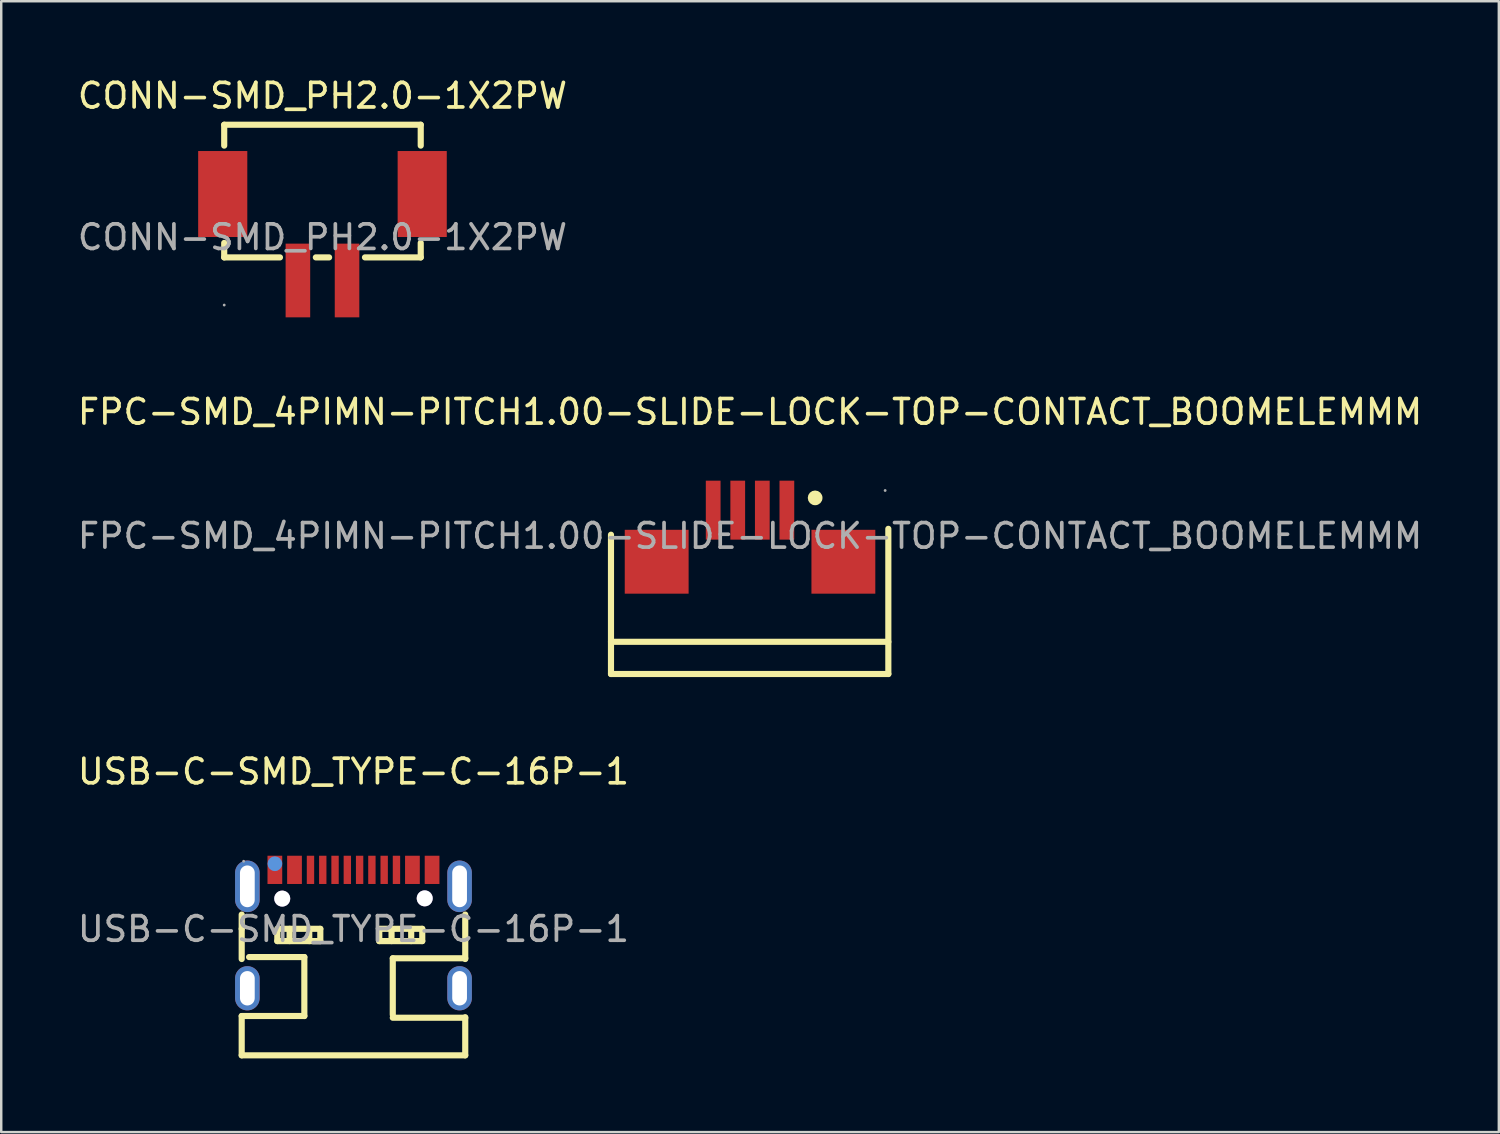
<source format=kicad_pcb>
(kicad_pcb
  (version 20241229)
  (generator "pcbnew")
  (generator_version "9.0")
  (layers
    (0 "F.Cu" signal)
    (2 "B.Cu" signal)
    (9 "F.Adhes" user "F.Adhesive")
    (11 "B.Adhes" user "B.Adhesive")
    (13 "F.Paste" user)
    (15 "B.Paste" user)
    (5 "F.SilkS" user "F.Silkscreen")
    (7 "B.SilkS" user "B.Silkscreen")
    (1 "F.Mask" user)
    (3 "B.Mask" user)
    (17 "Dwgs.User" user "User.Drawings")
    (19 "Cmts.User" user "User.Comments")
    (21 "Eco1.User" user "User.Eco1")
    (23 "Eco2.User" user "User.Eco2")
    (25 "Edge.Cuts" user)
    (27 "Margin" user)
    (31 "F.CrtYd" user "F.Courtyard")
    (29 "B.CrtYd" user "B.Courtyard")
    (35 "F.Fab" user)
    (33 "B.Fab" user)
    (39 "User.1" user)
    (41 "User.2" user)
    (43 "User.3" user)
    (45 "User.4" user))
  (footprint "FPC-SMD_4PIMN-PITCH1.00-SLIDE-LOCK-TOP-CONTACT_BOOMELEMMM"
    (layer "F.Cu")
    (at 27.482 18.767)
    (property "Reference" "FPC-SMD_4PIMN-PITCH1.00-SLIDE-LOCK-TOP-CONTACT_BOOMELEMMM" (at 0 -5.05 0) (layer "F.SilkS") (effects (font (size 1 1) (thickness 0.15))))
    (attr smd)
    (fp_line (start -5.66 -0.05) (end -5.66 5.62) (stroke (width 0.25) (type solid)) (layer "F.SilkS"))
    (fp_line (start -5.66 4.31) (end 5.63 4.31) (stroke (width 0.25) (type solid)) (layer "F.SilkS"))
    (fp_line (start -5.66 5.62) (end 5.63 5.62) (stroke (width 0.25) (type solid)) (layer "F.SilkS"))
    (fp_line (start 5.63 5.62) (end 5.63 -0.29) (stroke (width 0.25) (type solid)) (layer "F.SilkS"))
    (fp_arc (start 2.65 -1.55) (mid 2.65 -1.55) (end 2.65 -1.55) (stroke (width 0.3) (type solid)) (layer "F.SilkS"))
    (fp_circle (center 5.5 -1.85) (end 5.53 -1.85) (stroke (width 0.06) (type solid)) (fill no) (layer "F.Fab"))
    (fp_text user "${REFERENCE}" (at 0 0 0) (layer "F.Fab") (effects (font (size 1 1) (thickness 0.15))))
    (pad "1" smd rect (at 1.5 -1.05) (size 0.6 2.4) (layers "F.Cu" "F.Mask" "F.Paste"))
    (pad "2" smd rect (at 0.5 -1.05) (size 0.6 2.4) (layers "F.Cu" "F.Mask" "F.Paste"))
    (pad "3" smd rect (at -0.5 -1.05) (size 0.6 2.4) (layers "F.Cu" "F.Mask" "F.Paste"))
    (pad "4" smd rect (at -1.5 -1.05) (size 0.6 2.4) (layers "F.Cu" "F.Mask" "F.Paste"))
    (pad "M1" smd rect (at 3.8 1.05) (size 2.6 2.6) (layers "F.Cu" "F.Mask" "F.Paste"))
    (pad "M2" smd rect (at -3.8 1.05) (size 2.6 2.6) (layers "F.Cu" "F.Mask" "F.Paste")))
  (footprint "USB-C-SMD_TYPE-C-16P-1"
    (layer "F.Cu")
    (at 11.339 34.77)
    (property "Reference" "USB-C-SMD_TYPE-C-16P-1" (at 0 -6.41 0) (layer "F.SilkS") (effects (font (size 1 1) (thickness 0.15))))
    (attr smd)
    (fp_line (start -4.55 -0.01) (end -4.55 -0.59) (stroke (width 0.25) (type solid)) (layer "F.SilkS"))
    (fp_line (start -4.55 -0.01) (end -4.55 1.22) (stroke (width 0.25) (type solid)) (layer "F.SilkS"))
    (fp_line (start -4.55 3.54) (end -4.55 5.14) (stroke (width 0.25) (type solid)) (layer "F.SilkS"))
    (fp_line (start -4.55 5.14) (end 4.55 5.14) (stroke (width 0.25) (type solid)) (layer "F.SilkS"))
    (fp_line (start -4.25 1.14) (end -2 1.14) (stroke (width 0.25) (type solid)) (layer "F.SilkS"))
    (fp_line (start -3.1 -0.01) (end -3.1 0.49) (stroke (width 0.25) (type solid)) (layer "F.SilkS"))
    (fp_line (start -3.1 0.49) (end -1.35 0.49) (stroke (width 0.25) (type solid)) (layer "F.SilkS"))
    (fp_line (start -2.6 -0.01) (end -2.6 0.49) (stroke (width 0.25) (type solid)) (layer "F.SilkS"))
    (fp_line (start -2 1.14) (end -2 3.54) (stroke (width 0.25) (type solid)) (layer "F.SilkS"))
    (fp_line (start -2 3.54) (end -4.55 3.54) (stroke (width 0.25) (type solid)) (layer "F.SilkS"))
    (fp_line (start -1.8 -0.01) (end -1.8 0.49) (stroke (width 0.25) (type solid)) (layer "F.SilkS"))
    (fp_line (start -1.35 -0.01) (end -3.05 -0.01) (stroke (width 0.25) (type solid)) (layer "F.SilkS"))
    (fp_line (start -1.35 0.49) (end -1.35 -0.01) (stroke (width 0.25) (type solid)) (layer "F.SilkS"))
    (fp_line (start 1.05 -0.01) (end 1.05 0.49) (stroke (width 0.25) (type solid)) (layer "F.SilkS"))
    (fp_line (start 1.05 0.49) (end 2.8 0.49) (stroke (width 0.25) (type solid)) (layer "F.SilkS"))
    (fp_line (start 1.55 -0.01) (end 1.55 0.49) (stroke (width 0.25) (type solid)) (layer "F.SilkS"))
    (fp_line (start 1.6 1.19) (end 1.6 3.49) (stroke (width 0.25) (type solid)) (layer "F.SilkS"))
    (fp_line (start 1.6 1.19) (end 4.55 1.19) (stroke (width 0.25) (type solid)) (layer "F.SilkS"))
    (fp_line (start 2.35 -0.01) (end 2.35 0.49) (stroke (width 0.25) (type solid)) (layer "F.SilkS"))
    (fp_line (start 2.8 -0.01) (end 1.1 -0.01) (stroke (width 0.25) (type solid)) (layer "F.SilkS"))
    (fp_line (start 2.8 0.49) (end 2.8 -0.01) (stroke (width 0.25) (type solid)) (layer "F.SilkS"))
    (fp_line (start 4.55 1.22) (end 4.55 -0.59) (stroke (width 0.25) (type solid)) (layer "F.SilkS"))
    (fp_line (start 4.55 3.61) (end 1.6 3.61) (stroke (width 0.25) (type solid)) (layer "F.SilkS"))
    (fp_line (start 4.55 5.14) (end 4.55 3.59) (stroke (width 0.25) (type solid)) (layer "F.SilkS"))
    (fp_circle (center -3.2 -2.66) (end -3.05 -2.66) (stroke (width 0.3) (type solid)) (fill no) (layer "Cmts.User"))
    (fp_circle (center -2.89 -1.24) (end -2.79 -1.24) (stroke (width 0.2) (type solid)) (fill no) (layer "Cmts.User"))
    (fp_circle (center 2.89 -1.24) (end 2.99 -1.24) (stroke (width 0.2) (type solid)) (fill no) (layer "Cmts.User"))
    (fp_circle (center -4.47 -2.76) (end -4.44 -2.76) (stroke (width 0.06) (type solid)) (fill no) (layer "F.Fab"))
    (fp_text user "${REFERENCE}" (at 0 0 0) (layer "F.Fab") (effects (font (size 1 1) (thickness 0.15))))
    (pad "" thru_hole circle (at -2.9 -1.24) (size 0.65 0.65) (drill 0.65) (layers "*.Cu" "*.Mask"))
    (pad "" thru_hole circle (at 2.9 -1.25) (size 0.65 0.65) (drill 0.65) (layers "*.Cu" "*.Mask"))
    (pad "A1B12" smd rect (at -3.2 -2.41) (size 0.6 1.15) (layers "F.Cu" "F.Mask" "F.Paste"))
    (pad "A4B9" smd rect (at -2.4 -2.41) (size 0.6 1.15) (layers "F.Cu" "F.Mask" "F.Paste"))
    (pad "A5" smd rect (at -1.25 -2.41) (size 0.3 1.15) (layers "F.Cu" "F.Mask" "F.Paste"))
    (pad "A6" smd rect (at -0.25 -2.41) (size 0.3 1.15) (layers "F.Cu" "F.Mask" "F.Paste"))
    (pad "A7" smd rect (at 0.25 -2.41) (size 0.3 1.15) (layers "F.Cu" "F.Mask" "F.Paste"))
    (pad "A8" smd rect (at 1.25 -2.41) (size 0.3 1.15) (layers "F.Cu" "F.Mask" "F.Paste"))
    (pad "B1A12" smd rect (at 3.2 -2.41) (size 0.6 1.15) (layers "F.Cu" "F.Mask" "F.Paste"))
    (pad "B4A9" smd rect (at 2.4 -2.41) (size 0.6 1.15) (layers "F.Cu" "F.Mask" "F.Paste"))
    (pad "B5" smd rect (at 1.75 -2.41) (size 0.3 1.15) (layers "F.Cu" "F.Mask" "F.Paste"))
    (pad "B6" smd rect (at 0.75 -2.41) (size 0.3 1.15) (layers "F.Cu" "F.Mask" "F.Paste"))
    (pad "B7" smd rect (at -0.75 -2.41) (size 0.3 1.15) (layers "F.Cu" "F.Mask" "F.Paste"))
    (pad "B8" smd rect (at -1.75 -2.41) (size 0.3 1.15) (layers "F.Cu" "F.Mask" "F.Paste"))
    (pad "EP" thru_hole oval (at -4.32 -1.74) (size 1 2.1) (drill oval 0.6 1.7) (layers "*.Cu" "*.Mask"))
    (pad "EP" thru_hole oval (at -4.32 2.41) (size 1 1.8) (drill oval 0.6 1.4) (layers "*.Cu" "*.Mask"))
    (pad "EP" thru_hole oval (at 4.32 -1.74) (size 1 2.1) (drill oval 0.6 1.7) (layers "*.Cu" "*.Mask"))
    (pad "EP" thru_hole oval (at 4.32 2.41) (size 1 1.8) (drill oval 0.6 1.4) (layers "*.Cu" "*.Mask")))
  (footprint "CONN-SMD_PH2.0-1X2PW"
    (layer "F.Cu")
    (at 10.077 6.608)
    (property "Reference" "CONN-SMD_PH2.0-1X2PW" (at 0 -5.76 0) (layer "F.SilkS") (effects (font (size 1 1) (thickness 0.15))))
    (attr smd)
    (fp_line (start -4 -4.58) (end -4 -3.73) (stroke (width 0.25) (type solid)) (layer "F.SilkS"))
    (fp_line (start -4 -4.58) (end 4 -4.58) (stroke (width 0.25) (type solid)) (layer "F.SilkS"))
    (fp_line (start -4 0.23) (end -4 0.82) (stroke (width 0.25) (type solid)) (layer "F.SilkS"))
    (fp_line (start -4 0.82) (end -1.73 0.82) (stroke (width 0.25) (type solid)) (layer "F.SilkS"))
    (fp_line (start -0.27 0.82) (end 0.27 0.82) (stroke (width 0.25) (type solid)) (layer "F.SilkS"))
    (fp_line (start 1.73 0.82) (end 4 0.82) (stroke (width 0.25) (type solid)) (layer "F.SilkS"))
    (fp_line (start 4 -4.58) (end 4 -3.73) (stroke (width 0.25) (type solid)) (layer "F.SilkS"))
    (fp_line (start 4 0.23) (end 4 0.82) (stroke (width 0.25) (type solid)) (layer "F.SilkS"))
    (fp_circle (center -4 2.76) (end -3.97 2.76) (stroke (width 0.06) (type solid)) (fill no) (layer "F.Fab"))
    (fp_text user "${REFERENCE}" (at 0 0 0) (layer "F.Fab") (effects (font (size 1 1) (thickness 0.15))))
    (pad "1" smd rect (at -1 1.76) (size 1 3) (layers "F.Cu" "F.Mask" "F.Paste"))
    (pad "2" smd rect (at 1 1.76) (size 1 3) (layers "F.Cu" "F.Mask" "F.Paste"))
    (pad "3" smd rect (at 4.06 -1.76) (size 2 3.5) (layers "F.Cu" "F.Mask" "F.Paste"))
    (pad "4" smd rect (at -4.06 -1.76) (size 2 3.5) (layers "F.Cu" "F.Mask" "F.Paste")))
  (gr_rect
    (start -3 -3)
    (end 57.964 43.035)
    (stroke (width 0.1) (type default))
    (fill no)
    (layer "Edge.Cuts")))
</source>
